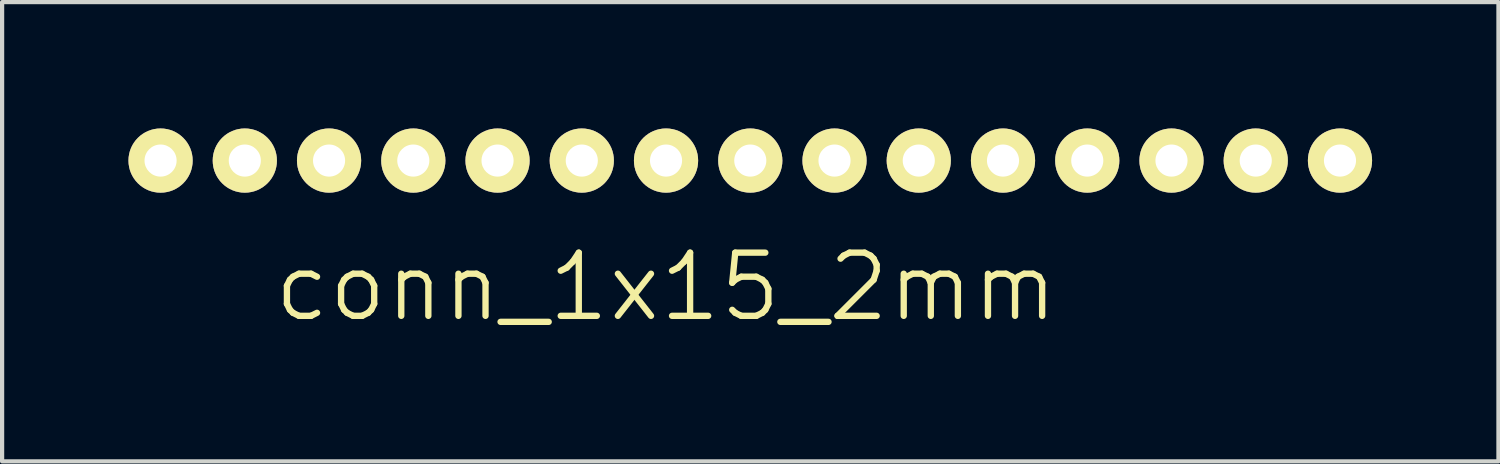
<source format=kicad_pcb>
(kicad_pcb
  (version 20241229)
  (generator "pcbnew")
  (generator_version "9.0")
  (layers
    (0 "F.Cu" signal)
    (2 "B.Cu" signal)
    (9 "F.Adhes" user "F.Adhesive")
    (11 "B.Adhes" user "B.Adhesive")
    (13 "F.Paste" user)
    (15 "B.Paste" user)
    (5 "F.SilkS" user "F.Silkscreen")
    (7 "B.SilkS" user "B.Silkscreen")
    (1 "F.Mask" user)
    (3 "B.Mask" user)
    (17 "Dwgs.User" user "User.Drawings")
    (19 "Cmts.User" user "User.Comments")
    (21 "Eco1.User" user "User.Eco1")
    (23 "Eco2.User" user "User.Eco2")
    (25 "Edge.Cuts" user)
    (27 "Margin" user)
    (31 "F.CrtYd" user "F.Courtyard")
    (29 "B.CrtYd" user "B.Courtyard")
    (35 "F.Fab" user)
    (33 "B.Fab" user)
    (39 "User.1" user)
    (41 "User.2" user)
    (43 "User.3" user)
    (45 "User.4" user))
  (footprint "conn_1x15_2mm"
    (layer "F.Cu")
    (at 13.762 0.762)
    (property "Reference" "conn_1x15_2mm" (at -1 3 0) (layer "F.SilkS") (effects (font (size 1.5 1.5) (thickness 0.15))))
    (attr through_hole)
    (pad "1" thru_hole circle (at -13 0) (size 1.524 1.524) (drill 0.762) (layers "*.Cu" "*.Mask" "F.SilkS"))
    (pad "2" thru_hole circle (at -11 0) (size 1.524 1.524) (drill 0.762) (layers "*.Cu" "*.Mask" "F.SilkS"))
    (pad "3" thru_hole circle (at -9 0) (size 1.524 1.524) (drill 0.762) (layers "*.Cu" "*.Mask" "F.SilkS"))
    (pad "4" thru_hole circle (at -7 0) (size 1.524 1.524) (drill 0.762) (layers "*.Cu" "*.Mask" "F.SilkS"))
    (pad "5" thru_hole circle (at -5 0) (size 1.524 1.524) (drill 0.762) (layers "*.Cu" "*.Mask" "F.SilkS"))
    (pad "6" thru_hole circle (at -3 0) (size 1.524 1.524) (drill 0.762) (layers "*.Cu" "*.Mask" "F.SilkS"))
    (pad "7" thru_hole circle (at -1 0) (size 1.524 1.524) (drill 0.762) (layers "*.Cu" "*.Mask" "F.SilkS"))
    (pad "8" thru_hole circle (at 1 0) (size 1.524 1.524) (drill 0.762) (layers "*.Cu" "*.Mask" "F.SilkS"))
    (pad "9" thru_hole circle (at 3 0) (size 1.524 1.524) (drill 0.762) (layers "*.Cu" "*.Mask" "F.SilkS"))
    (pad "10" thru_hole circle (at 5 0) (size 1.524 1.524) (drill 0.762) (layers "*.Cu" "*.Mask" "F.SilkS"))
    (pad "11" thru_hole circle (at 7 0) (size 1.524 1.524) (drill 0.762) (layers "*.Cu" "*.Mask" "F.SilkS"))
    (pad "12" thru_hole circle (at 9 0) (size 1.524 1.524) (drill 0.762) (layers "*.Cu" "*.Mask" "F.SilkS"))
    (pad "13" thru_hole circle (at 11 0) (size 1.524 1.524) (drill 0.762) (layers "*.Cu" "*.Mask" "F.SilkS"))
    (pad "14" thru_hole circle (at 13 0) (size 1.524 1.524) (drill 0.762) (layers "*.Cu" "*.Mask" "F.SilkS"))
    (pad "15" thru_hole circle (at 15 0) (size 1.524 1.524) (drill 0.762) (layers "*.Cu" "*.Mask" "F.SilkS")))
  (gr_rect
    (start -3 -3)
    (end 32.524 7.903)
    (stroke (width 0.1) (type default))
    (fill no)
    (layer "Edge.Cuts")))
</source>
